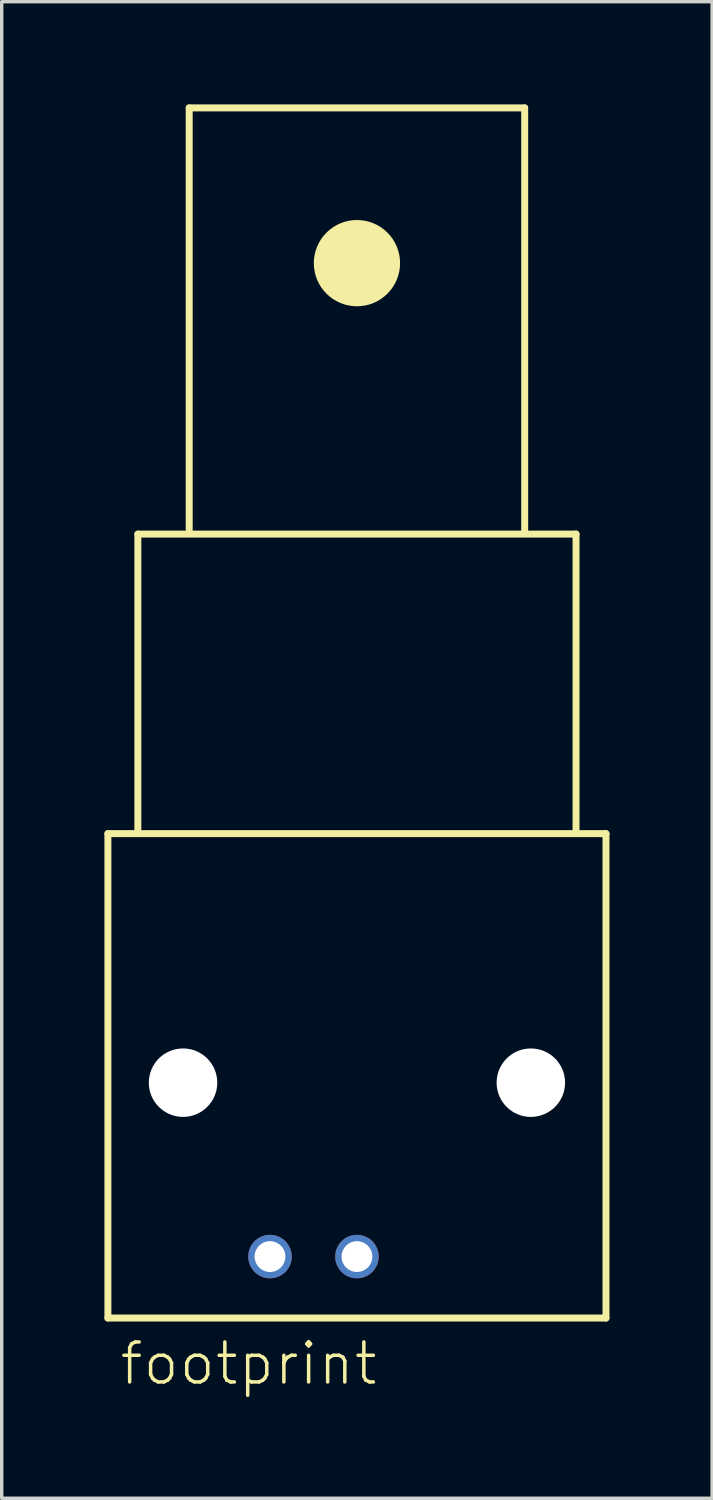
<source format=kicad_pcb>
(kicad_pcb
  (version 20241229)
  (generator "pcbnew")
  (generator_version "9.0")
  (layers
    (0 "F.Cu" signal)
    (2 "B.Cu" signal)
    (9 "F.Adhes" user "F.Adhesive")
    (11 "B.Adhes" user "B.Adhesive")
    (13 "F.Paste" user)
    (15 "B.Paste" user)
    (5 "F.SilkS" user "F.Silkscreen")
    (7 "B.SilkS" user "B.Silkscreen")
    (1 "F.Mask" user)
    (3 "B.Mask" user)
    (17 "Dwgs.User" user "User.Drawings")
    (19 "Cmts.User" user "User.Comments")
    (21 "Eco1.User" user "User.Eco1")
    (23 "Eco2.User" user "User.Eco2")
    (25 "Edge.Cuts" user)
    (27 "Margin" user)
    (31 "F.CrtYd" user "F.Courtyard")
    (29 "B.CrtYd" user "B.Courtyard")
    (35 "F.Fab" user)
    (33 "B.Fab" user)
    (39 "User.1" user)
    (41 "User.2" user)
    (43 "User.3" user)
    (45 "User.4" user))
  (footprint "footprint"
    (layer "F.Cu")
    (at 7.377 28.577)
    (property "Reference" "footprint" (at -6.985 8.89 0) (layer "F.SilkS") (effects (font (size 1.168 1.168) (thickness 0.102)) (justify left bottom)))
    (fp_line (start -7.275 -7.275) (end -7.275 6.875) (stroke (width 0.203) (type solid)) (layer "F.SilkS"))
    (fp_line (start -7.275 6.875) (end 7.275 6.875) (stroke (width 0.203) (type solid)) (layer "F.SilkS"))
    (fp_line (start -6.4 -16.025) (end 6.4 -16.025) (stroke (width 0.203) (type solid)) (layer "F.SilkS"))
    (fp_line (start -6.4 -7.375) (end -6.4 -16.025) (stroke (width 0.203) (type solid)) (layer "F.SilkS"))
    (fp_line (start -4.9 -28.475) (end 4.9 -28.475) (stroke (width 0.203) (type solid)) (layer "F.SilkS"))
    (fp_line (start -4.9 -16.15) (end -4.9 -28.475) (stroke (width 0.203) (type solid)) (layer "F.SilkS"))
    (fp_line (start 4.9 -28.475) (end 4.9 -16.125) (stroke (width 0.203) (type solid)) (layer "F.SilkS"))
    (fp_line (start 6.4 -16.025) (end 6.4 -7.35) (stroke (width 0.203) (type solid)) (layer "F.SilkS"))
    (fp_line (start 7.275 -7.275) (end -7.275 -7.275) (stroke (width 0.203) (type solid)) (layer "F.SilkS"))
    (fp_line (start 7.275 6.875) (end 7.275 -7.275) (stroke (width 0.203) (type solid)) (layer "F.SilkS"))
    (fp_circle (center 0 -23.94) (end 0.63 -23.94) (stroke (width 1.26) (type solid)) (fill yes) (layer "F.SilkS"))
    (pad "" np_thru_hole circle (at -5.08 0) (size 2 2) (drill 2) (layers "*.Cu" "*.Mask"))
    (pad "" np_thru_hole circle (at 5.08 0) (size 2 2) (drill 2) (layers "*.Cu" "*.Mask"))
    (pad "1" thru_hole circle (at 0 5.08) (size 1.27 1.27) (drill 0.9) (layers "*.Cu" "*.Mask"))
    (pad "2" thru_hole circle (at -2.54 5.08) (size 1.27 1.27) (drill 0.9) (layers "*.Cu" "*.Mask")))
  (gr_rect
    (start -3 -3)
    (end 17.753 40.717)
    (stroke (width 0.1) (type default))
    (fill no)
    (layer "Edge.Cuts")))
</source>
